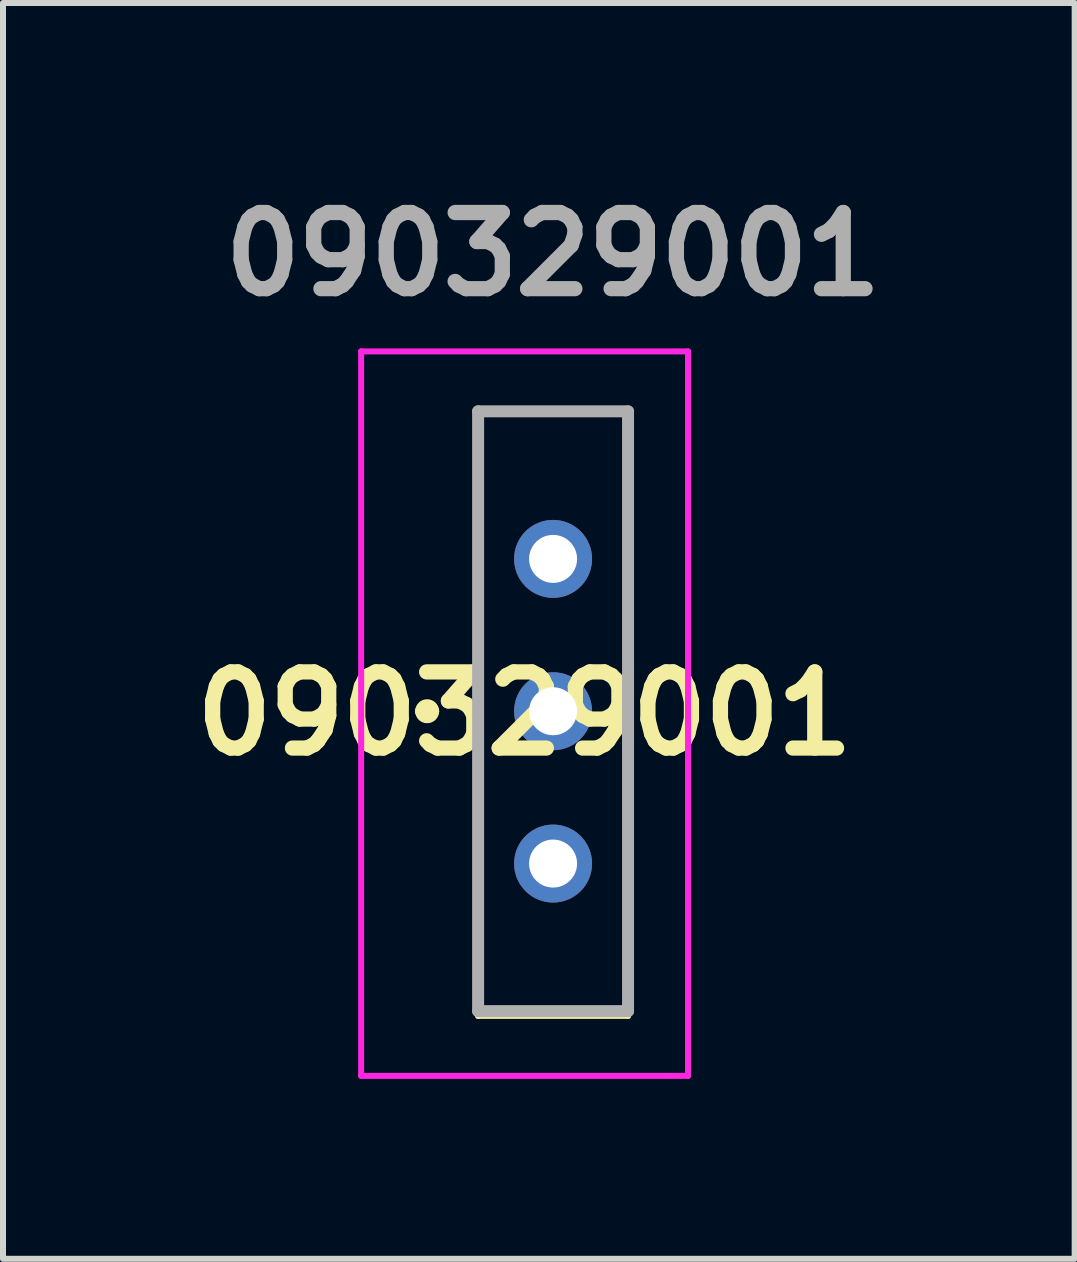
<source format=kicad_pcb>
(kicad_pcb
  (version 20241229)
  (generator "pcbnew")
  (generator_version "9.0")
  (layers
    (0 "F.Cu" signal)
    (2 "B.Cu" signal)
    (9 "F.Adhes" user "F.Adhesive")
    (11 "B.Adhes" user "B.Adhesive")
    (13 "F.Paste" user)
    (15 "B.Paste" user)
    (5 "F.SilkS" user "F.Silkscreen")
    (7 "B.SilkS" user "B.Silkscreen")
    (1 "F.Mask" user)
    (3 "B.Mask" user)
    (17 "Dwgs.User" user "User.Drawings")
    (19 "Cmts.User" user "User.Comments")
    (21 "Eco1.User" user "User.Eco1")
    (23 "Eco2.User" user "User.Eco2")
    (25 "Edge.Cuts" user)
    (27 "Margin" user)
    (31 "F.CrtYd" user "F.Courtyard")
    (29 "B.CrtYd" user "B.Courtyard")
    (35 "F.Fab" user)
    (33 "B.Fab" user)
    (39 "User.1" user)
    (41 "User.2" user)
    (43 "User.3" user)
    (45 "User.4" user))
  (footprint "090329001"
    (layer "F.Cu")
    (at 6.172 8.809)
    (property "Reference" "090329001" (at -0.475 0.04 0) (layer "F.SilkS") (effects (font (size 1.27 1.27) (thickness 0.254))))
    (attr through_hole)
    (fp_line (start -2.2 0) (end -2.2 0) (stroke (width 0.2) (type solid)) (layer "F.SilkS"))
    (fp_line (start -2 0) (end -2 0) (stroke (width 0.2) (type solid)) (layer "F.SilkS"))
    (fp_line (start -1.25 -5) (end 1.25 -5) (stroke (width 0.1) (type solid)) (layer "F.SilkS"))
    (fp_line (start -1.25 5.08) (end -1.25 -5) (stroke (width 0.1) (type solid)) (layer "F.SilkS"))
    (fp_line (start 1.25 -5) (end 1.25 5.08) (stroke (width 0.1) (type solid)) (layer "F.SilkS"))
    (fp_line (start 1.25 5.08) (end -1.25 5.08) (stroke (width 0.1) (type solid)) (layer "F.SilkS"))
    (fp_arc (start -2.2 0) (mid -2.1 -0.1) (end -2 0) (stroke (width 0.2) (type solid)) (layer "F.SilkS"))
    (fp_arc (start -2 0) (mid -2.1 0.1) (end -2.2 0) (stroke (width 0.2) (type solid)) (layer "F.SilkS"))
    (fp_line (start -3.2 -6) (end 2.25 -6) (stroke (width 0.1) (type solid)) (layer "F.CrtYd"))
    (fp_line (start -3.2 6.08) (end -3.2 -6) (stroke (width 0.1) (type solid)) (layer "F.CrtYd"))
    (fp_line (start 2.25 -6) (end 2.25 6.08) (stroke (width 0.1) (type solid)) (layer "F.CrtYd"))
    (fp_line (start 2.25 6.08) (end -3.2 6.08) (stroke (width 0.1) (type solid)) (layer "F.CrtYd"))
    (fp_line (start -1.25 -5) (end 1.25 -5) (stroke (width 0.2) (type solid)) (layer "F.Fab"))
    (fp_line (start -1.25 5) (end -1.25 -5) (stroke (width 0.2) (type solid)) (layer "F.Fab"))
    (fp_line (start 1.25 -5) (end 1.25 5) (stroke (width 0.2) (type solid)) (layer "F.Fab"))
    (fp_line (start 1.25 5) (end -1.25 5) (stroke (width 0.2) (type solid)) (layer "F.Fab"))
    (fp_text user "${REFERENCE}" (at 0 -7.62 0) (layer "F.Fab") (effects (font (size 1.27 1.27) (thickness 0.254))))
    (pad "1" thru_hole circle (at 0 0) (size 1.3 1.3) (drill 0.8) (layers "*.Cu" "*.Mask"))
    (pad "2" thru_hole circle (at 0 2.54) (size 1.3 1.3) (drill 0.8) (layers "*.Cu" "*.Mask"))
    (pad "3" thru_hole circle (at 0 -2.54) (size 1.3 1.3) (drill 0.8) (layers "*.Cu" "*.Mask")))
  (gr_rect
    (start -3 -3)
    (end 14.869 17.939)
    (stroke (width 0.1) (type default))
    (fill no)
    (layer "Edge.Cuts")))
</source>
